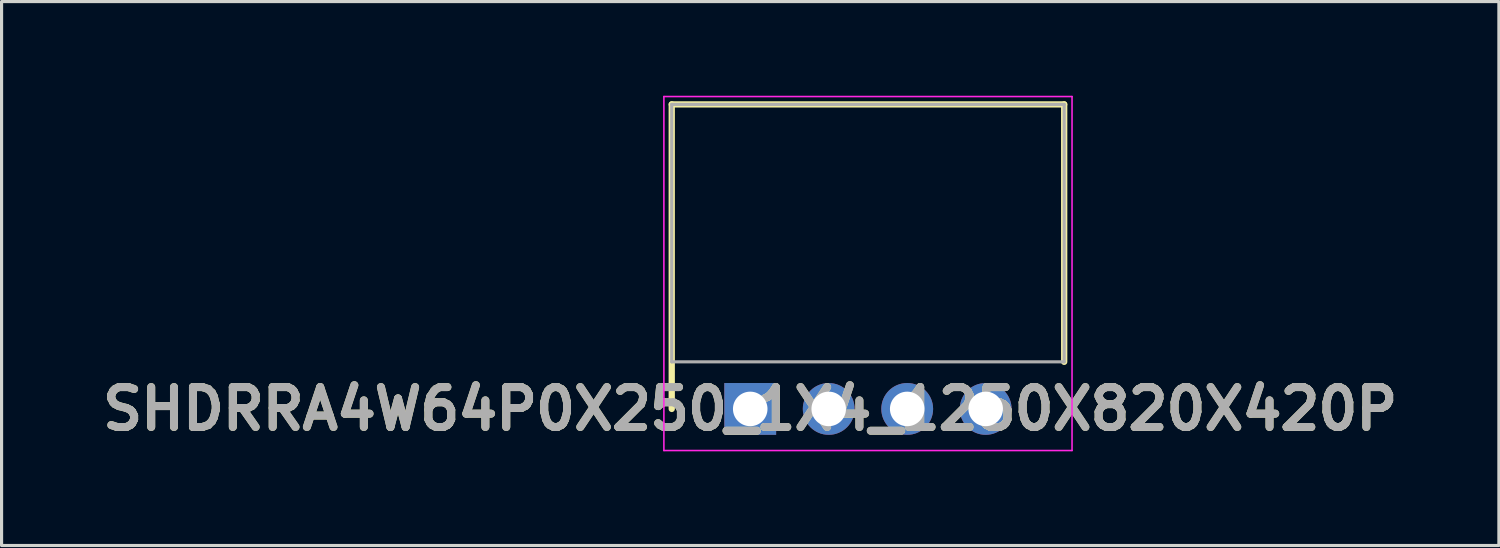
<source format=kicad_pcb>
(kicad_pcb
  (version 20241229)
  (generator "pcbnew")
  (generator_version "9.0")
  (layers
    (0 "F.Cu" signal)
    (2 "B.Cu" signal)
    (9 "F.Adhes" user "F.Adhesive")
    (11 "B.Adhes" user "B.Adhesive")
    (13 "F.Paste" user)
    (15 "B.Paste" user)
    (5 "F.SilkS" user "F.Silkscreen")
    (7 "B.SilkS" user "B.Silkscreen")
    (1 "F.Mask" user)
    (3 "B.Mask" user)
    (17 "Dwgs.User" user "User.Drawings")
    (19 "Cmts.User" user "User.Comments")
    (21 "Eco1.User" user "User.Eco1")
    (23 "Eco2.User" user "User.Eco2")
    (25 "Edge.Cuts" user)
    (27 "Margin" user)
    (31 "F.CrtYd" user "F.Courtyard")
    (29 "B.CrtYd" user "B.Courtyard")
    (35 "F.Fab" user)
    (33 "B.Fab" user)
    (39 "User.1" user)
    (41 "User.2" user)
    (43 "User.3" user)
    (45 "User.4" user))
  (footprint "SHDRRA4W64P0X250_1X4_1250X820X420P"
    (layer "F.Cu")
    (at 20.846 9.975)
    (property "Reference" "SHDRRA4W64P0X250_1X4_1250X820X420P" (at 0 0 0) (layer "F.SilkS") (effects (font (size 1.27 1.27) (thickness 0.254))))
    (attr through_hole)
    (fp_line (start -2.5 -9.7) (end 10 -9.7) (stroke (width 0.2) (type solid)) (layer "F.SilkS"))
    (fp_line (start -2.5 0) (end -2.5 -9.7) (stroke (width 0.2) (type solid)) (layer "F.SilkS"))
    (fp_line (start 10 -9.7) (end 10 -1.5) (stroke (width 0.2) (type solid)) (layer "F.SilkS"))
    (fp_line (start -2.75 -9.95) (end -2.75 1.325) (stroke (width 0.05) (type solid)) (layer "F.CrtYd"))
    (fp_line (start -2.75 1.325) (end 10.25 1.325) (stroke (width 0.05) (type solid)) (layer "F.CrtYd"))
    (fp_line (start 10.25 -9.95) (end -2.75 -9.95) (stroke (width 0.05) (type solid)) (layer "F.CrtYd"))
    (fp_line (start 10.25 1.325) (end 10.25 -9.95) (stroke (width 0.05) (type solid)) (layer "F.CrtYd"))
    (fp_line (start -2.5 -9.7) (end 10 -9.7) (stroke (width 0.1) (type solid)) (layer "F.Fab"))
    (fp_line (start -2.5 -1.5) (end -2.5 -9.7) (stroke (width 0.1) (type solid)) (layer "F.Fab"))
    (fp_line (start 10 -9.7) (end 10 -1.5) (stroke (width 0.1) (type solid)) (layer "F.Fab"))
    (fp_line (start 10 -1.5) (end -2.5 -1.5) (stroke (width 0.1) (type solid)) (layer "F.Fab"))
    (fp_text user "${REFERENCE}" (at 0 0 0) (layer "F.Fab") (effects (font (size 1.27 1.27) (thickness 0.254))))
    (pad "1" thru_hole rect (at 0 0) (size 1.65 1.65) (drill 1.1) (layers "*.Cu" "*.Mask"))
    (pad "2" thru_hole circle (at 2.5 0) (size 1.65 1.65) (drill 1.1) (layers "*.Cu" "*.Mask"))
    (pad "3" thru_hole circle (at 5 0) (size 1.65 1.65) (drill 1.1) (layers "*.Cu" "*.Mask"))
    (pad "4" thru_hole circle (at 7.5 0) (size 1.65 1.65) (drill 1.1) (layers "*.Cu" "*.Mask")))
  (gr_rect
    (start -3 -3)
    (end 44.692 14.325)
    (stroke (width 0.1) (type default))
    (fill no)
    (layer "Edge.Cuts")))
</source>
